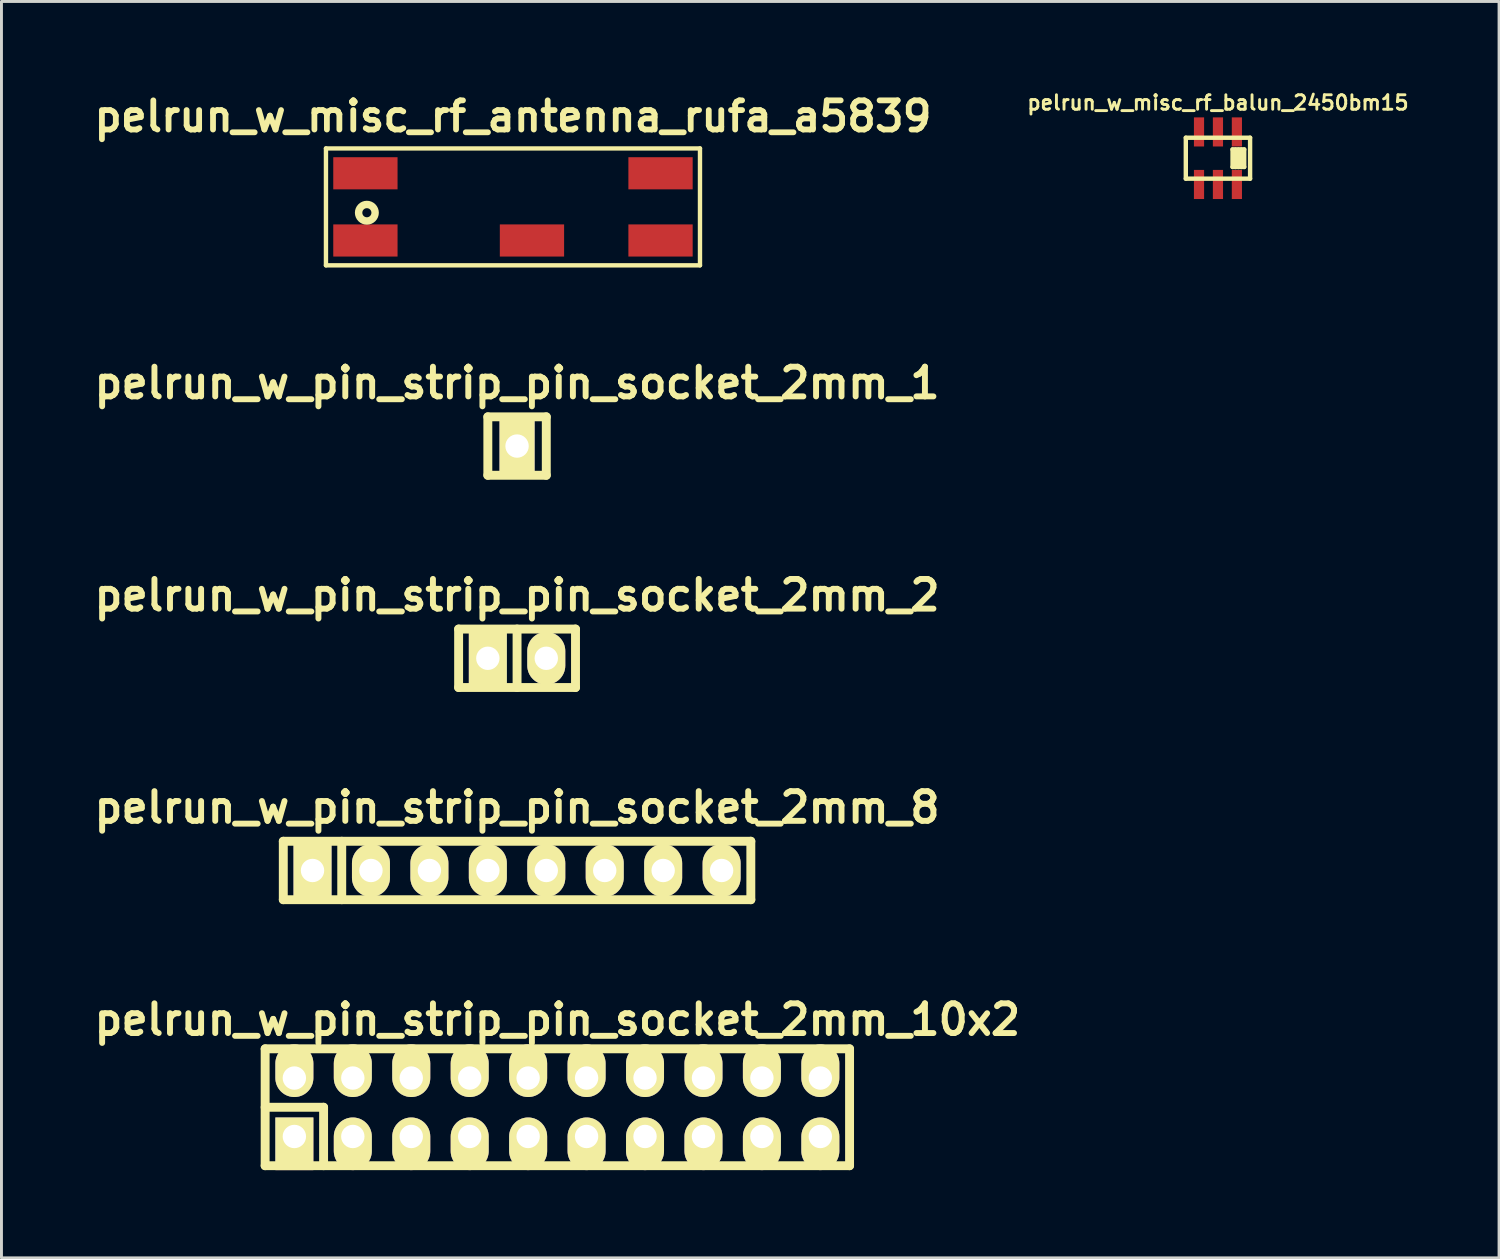
<source format=kicad_pcb>
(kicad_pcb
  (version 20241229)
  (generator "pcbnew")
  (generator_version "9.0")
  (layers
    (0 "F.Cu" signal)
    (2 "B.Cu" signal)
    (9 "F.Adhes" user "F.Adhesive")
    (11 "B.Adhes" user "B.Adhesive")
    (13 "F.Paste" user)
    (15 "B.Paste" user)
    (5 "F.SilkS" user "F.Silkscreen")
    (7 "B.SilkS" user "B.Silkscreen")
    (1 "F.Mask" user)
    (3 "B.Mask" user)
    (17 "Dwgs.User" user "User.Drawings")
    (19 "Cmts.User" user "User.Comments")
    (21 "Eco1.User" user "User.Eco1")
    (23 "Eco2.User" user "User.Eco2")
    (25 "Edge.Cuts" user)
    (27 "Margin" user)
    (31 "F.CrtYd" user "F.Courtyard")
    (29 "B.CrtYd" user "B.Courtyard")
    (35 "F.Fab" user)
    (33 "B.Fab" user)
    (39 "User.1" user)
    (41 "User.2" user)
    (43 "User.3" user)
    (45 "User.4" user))
  (footprint "pelrun_w_pin_strip_pin_socket_2mm_1"
    (layer "F.Cu")
    (at 14.645 12.215)
    (property "Reference" "pelrun_w_pin_strip_pin_socket_2mm_1" (at 0 -2.159 0) (layer "F.SilkS") (effects (font (size 1.016 1.016) (thickness 0.203))))
    (attr through_hole)
    (fp_line (start -1 -1) (end 1 -1) (stroke (width 0.305) (type solid)) (layer "F.SilkS"))
    (fp_line (start -1 1) (end -1 -1) (stroke (width 0.305) (type solid)) (layer "F.SilkS"))
    (fp_line (start 1 -1) (end 1 1) (stroke (width 0.305) (type solid)) (layer "F.SilkS"))
    (fp_line (start 1 1) (end -1 1) (stroke (width 0.305) (type solid)) (layer "F.SilkS"))
    (pad "1" thru_hole rect (at 0 0) (size 1.2 1.8) (drill 0.8) (layers "*.Cu" "*.Mask" "F.SilkS")))
  (footprint "pelrun_w_misc_rf_antenna_rufa_a5839"
    (layer "F.Cu")
    (at 14.505 4.03)
    (property "Reference" "pelrun_w_misc_rf_antenna_rufa_a5839" (at 0 -3.099 0) (layer "F.SilkS") (effects (font (size 0.998 0.998) (thickness 0.198))))
    (attr through_hole)
    (fp_line (start -6.4 -2) (end -6.4 2) (stroke (width 0.15) (type solid)) (layer "F.SilkS"))
    (fp_line (start -6.4 -2) (end 6.4 -2) (stroke (width 0.15) (type solid)) (layer "F.SilkS"))
    (fp_line (start -6.4 2) (end 6.4 2) (stroke (width 0.15) (type solid)) (layer "F.SilkS"))
    (fp_line (start 6.4 -2) (end 6.4 2) (stroke (width 0.15) (type solid)) (layer "F.SilkS"))
    (fp_circle (center -5 0.2) (end -5.2 0.4) (stroke (width 0.254) (type solid)) (fill no) (layer "F.SilkS"))
    (pad "" smd rect (at -5.05 -1.15) (size 2.2 1.1) (layers "F.Cu" "F.Mask" "F.Paste"))
    (pad "" smd rect (at 5.05 -1.15) (size 2.2 1.1) (layers "F.Cu" "F.Mask" "F.Paste"))
    (pad "" smd rect (at 5.05 1.15) (size 2.2 1.1) (layers "F.Cu" "F.Mask" "F.Paste"))
    (pad "1" smd rect (at -5.05 1.15) (size 2.2 1.1) (layers "F.Cu" "F.Mask" "F.Paste"))
    (pad "2" smd rect (at 0.65 1.15) (size 2.2 1.1) (layers "F.Cu" "F.Mask" "F.Paste")))
  (footprint "pelrun_w_pin_strip_pin_socket_2mm_8"
    (layer "F.Cu")
    (at 14.645 26.74)
    (property "Reference" "pelrun_w_pin_strip_pin_socket_2mm_8" (at 0 -2.159 0) (layer "F.SilkS") (effects (font (size 1.016 1.016) (thickness 0.203))))
    (attr through_hole)
    (fp_line (start -8 -1) (end 8 -1) (stroke (width 0.305) (type solid)) (layer "F.SilkS"))
    (fp_line (start -8 1) (end -8 -1) (stroke (width 0.305) (type solid)) (layer "F.SilkS"))
    (fp_line (start -6 -1) (end -6 1) (stroke (width 0.305) (type solid)) (layer "F.SilkS"))
    (fp_line (start 8 -1) (end 8 1) (stroke (width 0.305) (type solid)) (layer "F.SilkS"))
    (fp_line (start 8 1) (end -8 1) (stroke (width 0.305) (type solid)) (layer "F.SilkS"))
    (pad "1" thru_hole rect (at -7 0) (size 1.3 1.8) (drill 0.8) (layers "*.Cu" "*.Mask" "F.SilkS"))
    (pad "2" thru_hole oval (at -5 0) (size 1.3 1.8) (drill 0.8) (layers "*.Cu" "*.Mask" "F.SilkS"))
    (pad "3" thru_hole oval (at -3 0) (size 1.3 1.8) (drill 0.8) (layers "*.Cu" "*.Mask" "F.SilkS"))
    (pad "4" thru_hole oval (at -1 0) (size 1.3 1.8) (drill 0.8) (layers "*.Cu" "*.Mask" "F.SilkS"))
    (pad "5" thru_hole oval (at 1 0) (size 1.3 1.8) (drill 0.8) (layers "*.Cu" "*.Mask" "F.SilkS"))
    (pad "6" thru_hole oval (at 3 0) (size 1.3 1.8) (drill 0.8) (layers "*.Cu" "*.Mask" "F.SilkS"))
    (pad "7" thru_hole oval (at 5 0) (size 1.3 1.8) (drill 0.8) (layers "*.Cu" "*.Mask" "F.SilkS"))
    (pad "8" thru_hole oval (at 7 0) (size 1.3 1.8) (drill 0.8) (layers "*.Cu" "*.Mask" "F.SilkS")))
  (footprint "pelrun_w_pin_strip_pin_socket_2mm_2"
    (layer "F.Cu")
    (at 14.645 19.478)
    (property "Reference" "pelrun_w_pin_strip_pin_socket_2mm_2" (at 0 -2.159 0) (layer "F.SilkS") (effects (font (size 1.016 1.016) (thickness 0.203))))
    (attr through_hole)
    (fp_line (start -2 -1) (end 2 -1) (stroke (width 0.305) (type solid)) (layer "F.SilkS"))
    (fp_line (start -2 1) (end -2 -1) (stroke (width 0.305) (type solid)) (layer "F.SilkS"))
    (fp_line (start 0 -1) (end 0 1) (stroke (width 0.305) (type solid)) (layer "F.SilkS"))
    (fp_line (start 2 -1) (end 2 1) (stroke (width 0.305) (type solid)) (layer "F.SilkS"))
    (fp_line (start 2 1) (end -2 1) (stroke (width 0.305) (type solid)) (layer "F.SilkS"))
    (pad "1" thru_hole rect (at -1 0) (size 1.3 1.8) (drill 0.8) (layers "*.Cu" "*.Mask" "F.SilkS"))
    (pad "2" thru_hole oval (at 1 0) (size 1.3 1.8) (drill 0.8) (layers "*.Cu" "*.Mask" "F.SilkS")))
  (footprint "pelrun_w_pin_strip_pin_socket_2mm_10x2"
    (layer "F.Cu")
    (at 16.024 34.843)
    (property "Reference" "pelrun_w_pin_strip_pin_socket_2mm_10x2" (at 0 -3 0) (layer "F.SilkS") (effects (font (size 1.016 1.016) (thickness 0.203))))
    (attr through_hole)
    (fp_line (start -10 -2) (end 10 -2) (stroke (width 0.305) (type solid)) (layer "F.SilkS"))
    (fp_line (start -10 0) (end -8 0) (stroke (width 0.305) (type solid)) (layer "F.SilkS"))
    (fp_line (start -10 2) (end -10 -2) (stroke (width 0.305) (type solid)) (layer "F.SilkS"))
    (fp_line (start -8 0) (end -8 2) (stroke (width 0.305) (type solid)) (layer "F.SilkS"))
    (fp_line (start 10 -2) (end 10 2) (stroke (width 0.305) (type solid)) (layer "F.SilkS"))
    (fp_line (start 10 2) (end -10 2) (stroke (width 0.305) (type solid)) (layer "F.SilkS"))
    (pad "1" thru_hole rect (at -9 1) (size 1.3 1.8) (drill 0.8 (offset 0 0.25)) (layers "*.Cu" "*.Mask" "F.SilkS"))
    (pad "2" thru_hole oval (at -9 -1) (size 1.3 1.8) (drill 0.8 (offset 0 -0.25)) (layers "*.Cu" "*.Mask" "F.SilkS"))
    (pad "3" thru_hole oval (at -7 1) (size 1.3 1.8) (drill 0.8 (offset 0 0.25)) (layers "*.Cu" "*.Mask" "F.SilkS"))
    (pad "4" thru_hole oval (at -7 -1) (size 1.3 1.8) (drill 0.8 (offset 0 -0.25)) (layers "*.Cu" "*.Mask" "F.SilkS"))
    (pad "5" thru_hole oval (at -5 1) (size 1.3 1.8) (drill 0.8 (offset 0 0.25)) (layers "*.Cu" "*.Mask" "F.SilkS"))
    (pad "6" thru_hole oval (at -5 -1) (size 1.3 1.8) (drill 0.8 (offset 0 -0.25)) (layers "*.Cu" "*.Mask" "F.SilkS"))
    (pad "7" thru_hole oval (at -3 1) (size 1.3 1.8) (drill 0.8 (offset 0 0.25)) (layers "*.Cu" "*.Mask" "F.SilkS"))
    (pad "8" thru_hole oval (at -3 -1) (size 1.3 1.8) (drill 0.8 (offset 0 -0.25)) (layers "*.Cu" "*.Mask" "F.SilkS"))
    (pad "9" thru_hole oval (at -1 1) (size 1.3 1.8) (drill 0.8 (offset 0 0.25)) (layers "*.Cu" "*.Mask" "F.SilkS"))
    (pad "10" thru_hole oval (at -1 -1) (size 1.3 1.8) (drill 0.8 (offset 0 -0.25)) (layers "*.Cu" "*.Mask" "F.SilkS"))
    (pad "11" thru_hole oval (at 1 1) (size 1.3 1.8) (drill 0.8 (offset 0 0.25)) (layers "*.Cu" "*.Mask" "F.SilkS"))
    (pad "12" thru_hole oval (at 1 -1) (size 1.3 1.8) (drill 0.8 (offset 0 -0.25)) (layers "*.Cu" "*.Mask" "F.SilkS"))
    (pad "13" thru_hole oval (at 3 1) (size 1.3 1.8) (drill 0.8 (offset 0 0.25)) (layers "*.Cu" "*.Mask" "F.SilkS"))
    (pad "14" thru_hole oval (at 3 -1) (size 1.3 1.8) (drill 0.8 (offset 0 -0.25)) (layers "*.Cu" "*.Mask" "F.SilkS"))
    (pad "15" thru_hole oval (at 5 1) (size 1.3 1.8) (drill 0.8 (offset 0 0.25)) (layers "*.Cu" "*.Mask" "F.SilkS"))
    (pad "16" thru_hole oval (at 5 -1) (size 1.3 1.8) (drill 0.8 (offset 0 -0.25)) (layers "*.Cu" "*.Mask" "F.SilkS"))
    (pad "17" thru_hole oval (at 7 1) (size 1.3 1.8) (drill 0.8 (offset 0 0.25)) (layers "*.Cu" "*.Mask" "F.SilkS"))
    (pad "18" thru_hole oval (at 7 -1) (size 1.3 1.8) (drill 0.8 (offset 0 -0.25)) (layers "*.Cu" "*.Mask" "F.SilkS"))
    (pad "19" thru_hole oval (at 9 1) (size 1.3 1.8) (drill 0.8 (offset 0 0.25)) (layers "*.Cu" "*.Mask" "F.SilkS"))
    (pad "20" thru_hole oval (at 9 -1) (size 1.3 1.8) (drill 0.8 (offset 0 -0.25)) (layers "*.Cu" "*.Mask" "F.SilkS")))
  (footprint "pelrun_w_misc_rf_balun_2450bm15"
    (layer "F.Cu")
    (at 38.631 2.364)
    (property "Reference" "pelrun_w_misc_rf_balun_2450bm15" (at 0 -1.9 0) (layer "F.SilkS") (effects (font (size 0.495 0.495) (thickness 0.099))))
    (attr smd)
    (fp_line (start -1.1 -0.701) (end -1.1 0.701) (stroke (width 0.15) (type solid)) (layer "F.SilkS"))
    (fp_line (start -1.1 0.701) (end 1.1 0.701) (stroke (width 0.15) (type solid)) (layer "F.SilkS"))
    (fp_line (start 0.5 -0.3) (end 0.5 0.3) (stroke (width 0.15) (type solid)) (layer "F.SilkS"))
    (fp_line (start 0.599 0.3) (end 0.599 -0.3) (stroke (width 0.15) (type solid)) (layer "F.SilkS"))
    (fp_line (start 0.701 0.3) (end 0.701 -0.3) (stroke (width 0.15) (type solid)) (layer "F.SilkS"))
    (fp_line (start 0.8 -0.3) (end 0.8 0.3) (stroke (width 0.15) (type solid)) (layer "F.SilkS"))
    (fp_line (start 0.899 -0.3) (end 0.5 -0.3) (stroke (width 0.15) (type solid)) (layer "F.SilkS"))
    (fp_line (start 0.899 -0.3) (end 0.899 0.3) (stroke (width 0.15) (type solid)) (layer "F.SilkS"))
    (fp_line (start 0.899 0.3) (end 0.5 0.3) (stroke (width 0.15) (type solid)) (layer "F.SilkS"))
    (fp_line (start 1.1 -0.701) (end -1.1 -0.701) (stroke (width 0.15) (type solid)) (layer "F.SilkS"))
    (fp_line (start 1.1 0.701) (end 1.1 -0.701) (stroke (width 0.15) (type solid)) (layer "F.SilkS"))
    (pad "1" smd rect (at 0.648 -0.899) (size 0.348 0.996) (layers "F.Cu" "F.Mask" "F.Paste"))
    (pad "2" smd rect (at 0 -0.899) (size 0.348 0.996) (layers "F.Cu" "F.Mask" "F.Paste"))
    (pad "3" smd rect (at -0.648 -0.899) (size 0.348 0.996) (layers "F.Cu" "F.Mask" "F.Paste"))
    (pad "4" smd rect (at -0.648 0.899) (size 0.348 0.996) (layers "F.Cu" "F.Mask" "F.Paste"))
    (pad "5" smd rect (at 0 0.899) (size 0.348 0.996) (layers "F.Cu" "F.Mask" "F.Paste"))
    (pad "6" smd rect (at 0.648 0.899) (size 0.348 0.996) (layers "F.Cu" "F.Mask" "F.Paste")))
  (gr_rect
    (start -3 -3)
    (end 48.251 39.996)
    (stroke (width 0.1) (type default))
    (fill no)
    (layer "Edge.Cuts")))
</source>
